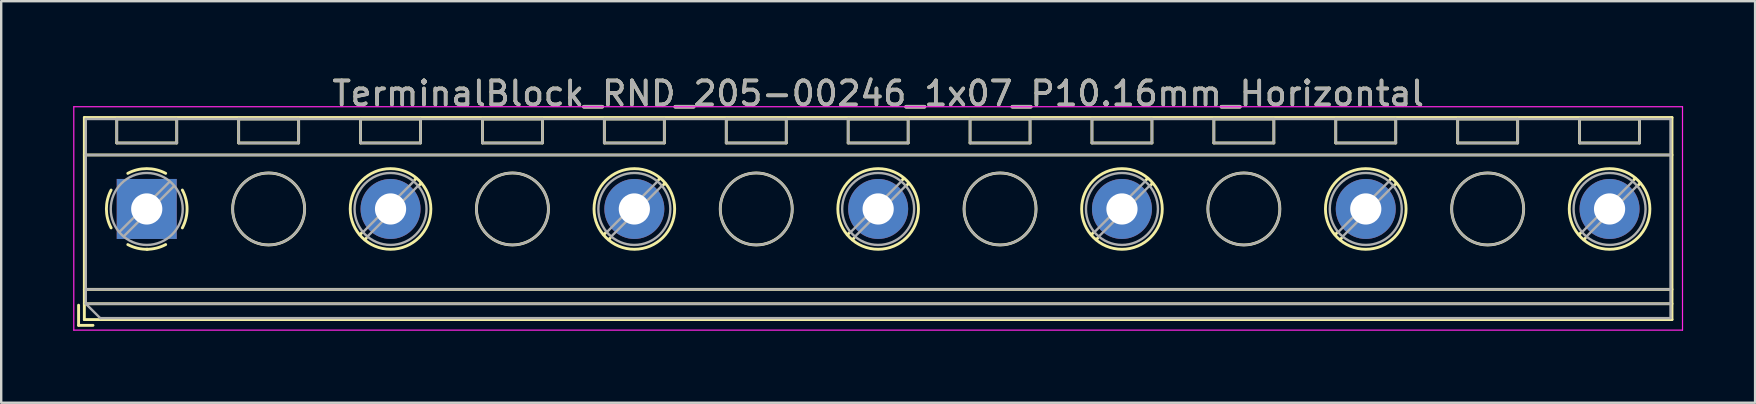
<source format=kicad_pcb>
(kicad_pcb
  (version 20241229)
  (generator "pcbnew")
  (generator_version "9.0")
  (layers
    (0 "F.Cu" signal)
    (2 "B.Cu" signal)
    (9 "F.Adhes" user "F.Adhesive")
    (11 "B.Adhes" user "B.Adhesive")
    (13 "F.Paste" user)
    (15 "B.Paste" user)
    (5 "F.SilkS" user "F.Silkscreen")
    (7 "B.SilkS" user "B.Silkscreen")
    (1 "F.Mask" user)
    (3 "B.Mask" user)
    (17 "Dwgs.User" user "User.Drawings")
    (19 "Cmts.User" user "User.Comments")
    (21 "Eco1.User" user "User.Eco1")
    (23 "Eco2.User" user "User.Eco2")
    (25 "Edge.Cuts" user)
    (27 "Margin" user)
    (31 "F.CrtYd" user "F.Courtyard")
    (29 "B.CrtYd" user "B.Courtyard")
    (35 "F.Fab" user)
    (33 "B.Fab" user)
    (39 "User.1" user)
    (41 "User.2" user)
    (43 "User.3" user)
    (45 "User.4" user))
  (footprint "TerminalBlock_RND_205-00246_1x07_P10.16mm_Horizontal"
    (layer "F.Cu")
    (at 3.065 5.658)
    (property "Reference" "TerminalBlock_RND_205-00246_1x07_P10.16mm_Horizontal" (at 30.48 -4.81 0) (layer "F.SilkS") (effects (font (size 1 1) (thickness 0.15))))
    (attr through_hole)
    (fp_line (start -2.84 4.01) (end -2.84 4.85) (stroke (width 0.12) (type solid)) (layer "F.SilkS"))
    (fp_line (start -2.84 4.85) (end -2.24 4.85) (stroke (width 0.12) (type solid)) (layer "F.SilkS"))
    (fp_line (start -2.6 -3.811) (end -2.6 4.61) (stroke (width 0.12) (type solid)) (layer "F.SilkS"))
    (fp_line (start -2.6 -3.811) (end 63.561 -3.811) (stroke (width 0.12) (type solid)) (layer "F.SilkS"))
    (fp_line (start -2.6 -2.251) (end 63.561 -2.251) (stroke (width 0.12) (type solid)) (layer "F.SilkS"))
    (fp_line (start -2.6 3.35) (end 63.561 3.35) (stroke (width 0.12) (type solid)) (layer "F.SilkS"))
    (fp_line (start -2.6 3.95) (end 63.561 3.95) (stroke (width 0.12) (type solid)) (layer "F.SilkS"))
    (fp_line (start -2.6 4.61) (end 63.561 4.61) (stroke (width 0.12) (type solid)) (layer "F.SilkS"))
    (fp_line (start -1.25 -3.751) (end -1.25 -2.751) (stroke (width 0.12) (type solid)) (layer "F.SilkS"))
    (fp_line (start -1.25 -3.751) (end 1.25 -3.751) (stroke (width 0.12) (type solid)) (layer "F.SilkS"))
    (fp_line (start -1.25 -2.751) (end 1.25 -2.751) (stroke (width 0.12) (type solid)) (layer "F.SilkS"))
    (fp_line (start 1.25 -3.751) (end 1.25 -2.751) (stroke (width 0.12) (type solid)) (layer "F.SilkS"))
    (fp_line (start 3.83 -3.751) (end 3.83 -2.751) (stroke (width 0.12) (type solid)) (layer "F.SilkS"))
    (fp_line (start 3.83 -3.751) (end 6.33 -3.751) (stroke (width 0.12) (type solid)) (layer "F.SilkS"))
    (fp_line (start 3.83 -2.751) (end 6.33 -2.751) (stroke (width 0.12) (type solid)) (layer "F.SilkS"))
    (fp_line (start 6.33 -3.751) (end 6.33 -2.751) (stroke (width 0.12) (type solid)) (layer "F.SilkS"))
    (fp_line (start 8.91 -3.751) (end 8.91 -2.751) (stroke (width 0.12) (type solid)) (layer "F.SilkS"))
    (fp_line (start 8.91 -3.751) (end 11.41 -3.751) (stroke (width 0.12) (type solid)) (layer "F.SilkS"))
    (fp_line (start 8.91 -2.751) (end 11.41 -2.751) (stroke (width 0.12) (type solid)) (layer "F.SilkS"))
    (fp_line (start 8.98 0.976) (end 8.886 1.069) (stroke (width 0.12) (type solid)) (layer "F.SilkS"))
    (fp_line (start 9.15 1.216) (end 9.091 1.274) (stroke (width 0.12) (type solid)) (layer "F.SilkS"))
    (fp_line (start 11.23 -1.275) (end 11.171 -1.216) (stroke (width 0.12) (type solid)) (layer "F.SilkS"))
    (fp_line (start 11.41 -3.751) (end 11.41 -2.751) (stroke (width 0.12) (type solid)) (layer "F.SilkS"))
    (fp_line (start 11.435 -1.069) (end 11.341 -0.976) (stroke (width 0.12) (type solid)) (layer "F.SilkS"))
    (fp_line (start 13.99 -3.751) (end 13.99 -2.751) (stroke (width 0.12) (type solid)) (layer "F.SilkS"))
    (fp_line (start 13.99 -3.751) (end 16.49 -3.751) (stroke (width 0.12) (type solid)) (layer "F.SilkS"))
    (fp_line (start 13.99 -2.751) (end 16.49 -2.751) (stroke (width 0.12) (type solid)) (layer "F.SilkS"))
    (fp_line (start 16.49 -3.751) (end 16.49 -2.751) (stroke (width 0.12) (type solid)) (layer "F.SilkS"))
    (fp_line (start 19.07 -3.751) (end 19.07 -2.751) (stroke (width 0.12) (type solid)) (layer "F.SilkS"))
    (fp_line (start 19.07 -3.751) (end 21.57 -3.751) (stroke (width 0.12) (type solid)) (layer "F.SilkS"))
    (fp_line (start 19.07 -2.751) (end 21.57 -2.751) (stroke (width 0.12) (type solid)) (layer "F.SilkS"))
    (fp_line (start 19.14 0.976) (end 19.046 1.069) (stroke (width 0.12) (type solid)) (layer "F.SilkS"))
    (fp_line (start 19.31 1.216) (end 19.251 1.274) (stroke (width 0.12) (type solid)) (layer "F.SilkS"))
    (fp_line (start 21.39 -1.275) (end 21.331 -1.216) (stroke (width 0.12) (type solid)) (layer "F.SilkS"))
    (fp_line (start 21.57 -3.751) (end 21.57 -2.751) (stroke (width 0.12) (type solid)) (layer "F.SilkS"))
    (fp_line (start 21.595 -1.069) (end 21.501 -0.976) (stroke (width 0.12) (type solid)) (layer "F.SilkS"))
    (fp_line (start 24.15 -3.751) (end 24.15 -2.751) (stroke (width 0.12) (type solid)) (layer "F.SilkS"))
    (fp_line (start 24.15 -3.751) (end 26.65 -3.751) (stroke (width 0.12) (type solid)) (layer "F.SilkS"))
    (fp_line (start 24.15 -2.751) (end 26.65 -2.751) (stroke (width 0.12) (type solid)) (layer "F.SilkS"))
    (fp_line (start 26.65 -3.751) (end 26.65 -2.751) (stroke (width 0.12) (type solid)) (layer "F.SilkS"))
    (fp_line (start 29.23 -3.751) (end 29.23 -2.751) (stroke (width 0.12) (type solid)) (layer "F.SilkS"))
    (fp_line (start 29.23 -3.751) (end 31.73 -3.751) (stroke (width 0.12) (type solid)) (layer "F.SilkS"))
    (fp_line (start 29.23 -2.751) (end 31.73 -2.751) (stroke (width 0.12) (type solid)) (layer "F.SilkS"))
    (fp_line (start 29.3 0.976) (end 29.206 1.069) (stroke (width 0.12) (type solid)) (layer "F.SilkS"))
    (fp_line (start 29.47 1.216) (end 29.411 1.274) (stroke (width 0.12) (type solid)) (layer "F.SilkS"))
    (fp_line (start 31.55 -1.275) (end 31.491 -1.216) (stroke (width 0.12) (type solid)) (layer "F.SilkS"))
    (fp_line (start 31.73 -3.751) (end 31.73 -2.751) (stroke (width 0.12) (type solid)) (layer "F.SilkS"))
    (fp_line (start 31.755 -1.069) (end 31.661 -0.976) (stroke (width 0.12) (type solid)) (layer "F.SilkS"))
    (fp_line (start 34.31 -3.751) (end 34.31 -2.751) (stroke (width 0.12) (type solid)) (layer "F.SilkS"))
    (fp_line (start 34.31 -3.751) (end 36.81 -3.751) (stroke (width 0.12) (type solid)) (layer "F.SilkS"))
    (fp_line (start 34.31 -2.751) (end 36.81 -2.751) (stroke (width 0.12) (type solid)) (layer "F.SilkS"))
    (fp_line (start 36.81 -3.751) (end 36.81 -2.751) (stroke (width 0.12) (type solid)) (layer "F.SilkS"))
    (fp_line (start 39.39 -3.751) (end 39.39 -2.751) (stroke (width 0.12) (type solid)) (layer "F.SilkS"))
    (fp_line (start 39.39 -3.751) (end 41.89 -3.751) (stroke (width 0.12) (type solid)) (layer "F.SilkS"))
    (fp_line (start 39.39 -2.751) (end 41.89 -2.751) (stroke (width 0.12) (type solid)) (layer "F.SilkS"))
    (fp_line (start 39.46 0.976) (end 39.366 1.069) (stroke (width 0.12) (type solid)) (layer "F.SilkS"))
    (fp_line (start 39.63 1.216) (end 39.571 1.274) (stroke (width 0.12) (type solid)) (layer "F.SilkS"))
    (fp_line (start 41.71 -1.275) (end 41.651 -1.216) (stroke (width 0.12) (type solid)) (layer "F.SilkS"))
    (fp_line (start 41.89 -3.751) (end 41.89 -2.751) (stroke (width 0.12) (type solid)) (layer "F.SilkS"))
    (fp_line (start 41.915 -1.069) (end 41.821 -0.976) (stroke (width 0.12) (type solid)) (layer "F.SilkS"))
    (fp_line (start 44.47 -3.751) (end 44.47 -2.751) (stroke (width 0.12) (type solid)) (layer "F.SilkS"))
    (fp_line (start 44.47 -3.751) (end 46.97 -3.751) (stroke (width 0.12) (type solid)) (layer "F.SilkS"))
    (fp_line (start 44.47 -2.751) (end 46.97 -2.751) (stroke (width 0.12) (type solid)) (layer "F.SilkS"))
    (fp_line (start 46.97 -3.751) (end 46.97 -2.751) (stroke (width 0.12) (type solid)) (layer "F.SilkS"))
    (fp_line (start 49.55 -3.751) (end 49.55 -2.751) (stroke (width 0.12) (type solid)) (layer "F.SilkS"))
    (fp_line (start 49.55 -3.751) (end 52.05 -3.751) (stroke (width 0.12) (type solid)) (layer "F.SilkS"))
    (fp_line (start 49.55 -2.751) (end 52.05 -2.751) (stroke (width 0.12) (type solid)) (layer "F.SilkS"))
    (fp_line (start 49.62 0.976) (end 49.526 1.069) (stroke (width 0.12) (type solid)) (layer "F.SilkS"))
    (fp_line (start 49.79 1.216) (end 49.731 1.274) (stroke (width 0.12) (type solid)) (layer "F.SilkS"))
    (fp_line (start 51.87 -1.275) (end 51.811 -1.216) (stroke (width 0.12) (type solid)) (layer "F.SilkS"))
    (fp_line (start 52.05 -3.751) (end 52.05 -2.751) (stroke (width 0.12) (type solid)) (layer "F.SilkS"))
    (fp_line (start 52.075 -1.069) (end 51.981 -0.976) (stroke (width 0.12) (type solid)) (layer "F.SilkS"))
    (fp_line (start 54.63 -3.751) (end 54.63 -2.751) (stroke (width 0.12) (type solid)) (layer "F.SilkS"))
    (fp_line (start 54.63 -3.751) (end 57.13 -3.751) (stroke (width 0.12) (type solid)) (layer "F.SilkS"))
    (fp_line (start 54.63 -2.751) (end 57.13 -2.751) (stroke (width 0.12) (type solid)) (layer "F.SilkS"))
    (fp_line (start 57.13 -3.751) (end 57.13 -2.751) (stroke (width 0.12) (type solid)) (layer "F.SilkS"))
    (fp_line (start 59.71 -3.751) (end 59.71 -2.751) (stroke (width 0.12) (type solid)) (layer "F.SilkS"))
    (fp_line (start 59.71 -3.751) (end 62.21 -3.751) (stroke (width 0.12) (type solid)) (layer "F.SilkS"))
    (fp_line (start 59.71 -2.751) (end 62.21 -2.751) (stroke (width 0.12) (type solid)) (layer "F.SilkS"))
    (fp_line (start 59.78 0.976) (end 59.686 1.069) (stroke (width 0.12) (type solid)) (layer "F.SilkS"))
    (fp_line (start 59.95 1.216) (end 59.891 1.274) (stroke (width 0.12) (type solid)) (layer "F.SilkS"))
    (fp_line (start 62.03 -1.275) (end 61.971 -1.216) (stroke (width 0.12) (type solid)) (layer "F.SilkS"))
    (fp_line (start 62.21 -3.751) (end 62.21 -2.751) (stroke (width 0.12) (type solid)) (layer "F.SilkS"))
    (fp_line (start 62.235 -1.069) (end 62.141 -0.976) (stroke (width 0.12) (type solid)) (layer "F.SilkS"))
    (fp_line (start 63.561 -3.811) (end 63.561 4.61) (stroke (width 0.12) (type solid)) (layer "F.SilkS"))
    (fp_arc (start -1.483953 0.789089) (mid -1.680708 0.00005) (end -1.484 -0.789) (stroke (width 0.12) (type solid)) (layer "F.SilkS"))
    (fp_arc (start -0.789089 -1.483953) (mid -0.00005 -1.680708) (end 0.789 -1.484) (stroke (width 0.12) (type solid)) (layer "F.SilkS"))
    (fp_arc (start 0.029383 1.68045) (mid -0.392304 1.634281) (end -0.789 1.484) (stroke (width 0.12) (type solid)) (layer "F.SilkS"))
    (fp_arc (start 0.788712 1.483352) (mid 0.406429 1.630097) (end 0 1.68) (stroke (width 0.12) (type solid)) (layer "F.SilkS"))
    (fp_arc (start 1.483953 -0.789089) (mid 1.680708 -0.00005) (end 1.484 0.789) (stroke (width 0.12) (type solid)) (layer "F.SilkS"))
    (fp_circle (center 5.08 0) (end 6.58 0) (stroke (width 0.12) (type solid)) (fill no) (layer "F.SilkS"))
    (fp_circle (center 10.16 0) (end 11.84 0) (stroke (width 0.12) (type solid)) (fill no) (layer "F.SilkS"))
    (fp_circle (center 15.24 0) (end 16.74 0) (stroke (width 0.12) (type solid)) (fill no) (layer "F.SilkS"))
    (fp_circle (center 20.32 0) (end 22 0) (stroke (width 0.12) (type solid)) (fill no) (layer "F.SilkS"))
    (fp_circle (center 25.4 0) (end 26.9 0) (stroke (width 0.12) (type solid)) (fill no) (layer "F.SilkS"))
    (fp_circle (center 30.48 0) (end 32.16 0) (stroke (width 0.12) (type solid)) (fill no) (layer "F.SilkS"))
    (fp_circle (center 35.56 0) (end 37.06 0) (stroke (width 0.12) (type solid)) (fill no) (layer "F.SilkS"))
    (fp_circle (center 40.64 0) (end 42.32 0) (stroke (width 0.12) (type solid)) (fill no) (layer "F.SilkS"))
    (fp_circle (center 45.72 0) (end 47.22 0) (stroke (width 0.12) (type solid)) (fill no) (layer "F.SilkS"))
    (fp_circle (center 50.8 0) (end 52.48 0) (stroke (width 0.12) (type solid)) (fill no) (layer "F.SilkS"))
    (fp_circle (center 55.88 0) (end 57.38 0) (stroke (width 0.12) (type solid)) (fill no) (layer "F.SilkS"))
    (fp_circle (center 60.96 0) (end 62.64 0) (stroke (width 0.12) (type solid)) (fill no) (layer "F.SilkS"))
    (fp_line (start -3.04 -4.26) (end -3.04 5.05) (stroke (width 0.05) (type solid)) (layer "F.CrtYd"))
    (fp_line (start -3.04 5.05) (end 64 5.05) (stroke (width 0.05) (type solid)) (layer "F.CrtYd"))
    (fp_line (start 64 -4.26) (end -3.04 -4.26) (stroke (width 0.05) (type solid)) (layer "F.CrtYd"))
    (fp_line (start 64 5.05) (end 64 -4.26) (stroke (width 0.05) (type solid)) (layer "F.CrtYd"))
    (fp_line (start -2.54 -3.75) (end 63.5 -3.75) (stroke (width 0.1) (type solid)) (layer "F.Fab"))
    (fp_line (start -2.54 -2.25) (end 63.5 -2.25) (stroke (width 0.1) (type solid)) (layer "F.Fab"))
    (fp_line (start -2.54 3.35) (end 63.5 3.35) (stroke (width 0.1) (type solid)) (layer "F.Fab"))
    (fp_line (start -2.54 3.95) (end -2.54 -3.75) (stroke (width 0.1) (type solid)) (layer "F.Fab"))
    (fp_line (start -2.54 3.95) (end 63.5 3.95) (stroke (width 0.1) (type solid)) (layer "F.Fab"))
    (fp_line (start -1.94 4.55) (end -2.54 3.95) (stroke (width 0.1) (type solid)) (layer "F.Fab"))
    (fp_line (start -1.25 -3.75) (end -1.25 -2.75) (stroke (width 0.1) (type solid)) (layer "F.Fab"))
    (fp_line (start -1.25 -2.75) (end 1.25 -2.75) (stroke (width 0.1) (type solid)) (layer "F.Fab"))
    (fp_line (start 0.955 -1.138) (end -1.138 0.955) (stroke (width 0.1) (type solid)) (layer "F.Fab"))
    (fp_line (start 1.138 -0.955) (end -0.955 1.138) (stroke (width 0.1) (type solid)) (layer "F.Fab"))
    (fp_line (start 1.25 -3.75) (end -1.25 -3.75) (stroke (width 0.1) (type solid)) (layer "F.Fab"))
    (fp_line (start 1.25 -2.75) (end 1.25 -3.75) (stroke (width 0.1) (type solid)) (layer "F.Fab"))
    (fp_line (start 3.83 -3.75) (end 3.83 -2.75) (stroke (width 0.1) (type solid)) (layer "F.Fab"))
    (fp_line (start 3.83 -2.75) (end 6.33 -2.75) (stroke (width 0.1) (type solid)) (layer "F.Fab"))
    (fp_line (start 6.33 -3.75) (end 3.83 -3.75) (stroke (width 0.1) (type solid)) (layer "F.Fab"))
    (fp_line (start 6.33 -2.75) (end 6.33 -3.75) (stroke (width 0.1) (type solid)) (layer "F.Fab"))
    (fp_line (start 8.91 -3.75) (end 8.91 -2.75) (stroke (width 0.1) (type solid)) (layer "F.Fab"))
    (fp_line (start 8.91 -2.75) (end 11.41 -2.75) (stroke (width 0.1) (type solid)) (layer "F.Fab"))
    (fp_line (start 11.115 -1.138) (end 9.023 0.955) (stroke (width 0.1) (type solid)) (layer "F.Fab"))
    (fp_line (start 11.298 -0.955) (end 9.206 1.138) (stroke (width 0.1) (type solid)) (layer "F.Fab"))
    (fp_line (start 11.41 -3.75) (end 8.91 -3.75) (stroke (width 0.1) (type solid)) (layer "F.Fab"))
    (fp_line (start 11.41 -2.75) (end 11.41 -3.75) (stroke (width 0.1) (type solid)) (layer "F.Fab"))
    (fp_line (start 13.99 -3.75) (end 13.99 -2.75) (stroke (width 0.1) (type solid)) (layer "F.Fab"))
    (fp_line (start 13.99 -2.75) (end 16.49 -2.75) (stroke (width 0.1) (type solid)) (layer "F.Fab"))
    (fp_line (start 16.49 -3.75) (end 13.99 -3.75) (stroke (width 0.1) (type solid)) (layer "F.Fab"))
    (fp_line (start 16.49 -2.75) (end 16.49 -3.75) (stroke (width 0.1) (type solid)) (layer "F.Fab"))
    (fp_line (start 19.07 -3.75) (end 19.07 -2.75) (stroke (width 0.1) (type solid)) (layer "F.Fab"))
    (fp_line (start 19.07 -2.75) (end 21.57 -2.75) (stroke (width 0.1) (type solid)) (layer "F.Fab"))
    (fp_line (start 21.275 -1.138) (end 19.183 0.955) (stroke (width 0.1) (type solid)) (layer "F.Fab"))
    (fp_line (start 21.458 -0.955) (end 19.366 1.138) (stroke (width 0.1) (type solid)) (layer "F.Fab"))
    (fp_line (start 21.57 -3.75) (end 19.07 -3.75) (stroke (width 0.1) (type solid)) (layer "F.Fab"))
    (fp_line (start 21.57 -2.75) (end 21.57 -3.75) (stroke (width 0.1) (type solid)) (layer "F.Fab"))
    (fp_line (start 24.15 -3.75) (end 24.15 -2.75) (stroke (width 0.1) (type solid)) (layer "F.Fab"))
    (fp_line (start 24.15 -2.75) (end 26.65 -2.75) (stroke (width 0.1) (type solid)) (layer "F.Fab"))
    (fp_line (start 26.65 -3.75) (end 24.15 -3.75) (stroke (width 0.1) (type solid)) (layer "F.Fab"))
    (fp_line (start 26.65 -2.75) (end 26.65 -3.75) (stroke (width 0.1) (type solid)) (layer "F.Fab"))
    (fp_line (start 29.23 -3.75) (end 29.23 -2.75) (stroke (width 0.1) (type solid)) (layer "F.Fab"))
    (fp_line (start 29.23 -2.75) (end 31.73 -2.75) (stroke (width 0.1) (type solid)) (layer "F.Fab"))
    (fp_line (start 31.435 -1.138) (end 29.343 0.955) (stroke (width 0.1) (type solid)) (layer "F.Fab"))
    (fp_line (start 31.618 -0.955) (end 29.526 1.138) (stroke (width 0.1) (type solid)) (layer "F.Fab"))
    (fp_line (start 31.73 -3.75) (end 29.23 -3.75) (stroke (width 0.1) (type solid)) (layer "F.Fab"))
    (fp_line (start 31.73 -2.75) (end 31.73 -3.75) (stroke (width 0.1) (type solid)) (layer "F.Fab"))
    (fp_line (start 34.31 -3.75) (end 34.31 -2.75) (stroke (width 0.1) (type solid)) (layer "F.Fab"))
    (fp_line (start 34.31 -2.75) (end 36.81 -2.75) (stroke (width 0.1) (type solid)) (layer "F.Fab"))
    (fp_line (start 36.81 -3.75) (end 34.31 -3.75) (stroke (width 0.1) (type solid)) (layer "F.Fab"))
    (fp_line (start 36.81 -2.75) (end 36.81 -3.75) (stroke (width 0.1) (type solid)) (layer "F.Fab"))
    (fp_line (start 39.39 -3.75) (end 39.39 -2.75) (stroke (width 0.1) (type solid)) (layer "F.Fab"))
    (fp_line (start 39.39 -2.75) (end 41.89 -2.75) (stroke (width 0.1) (type solid)) (layer "F.Fab"))
    (fp_line (start 41.595 -1.138) (end 39.503 0.955) (stroke (width 0.1) (type solid)) (layer "F.Fab"))
    (fp_line (start 41.778 -0.955) (end 39.686 1.138) (stroke (width 0.1) (type solid)) (layer "F.Fab"))
    (fp_line (start 41.89 -3.75) (end 39.39 -3.75) (stroke (width 0.1) (type solid)) (layer "F.Fab"))
    (fp_line (start 41.89 -2.75) (end 41.89 -3.75) (stroke (width 0.1) (type solid)) (layer "F.Fab"))
    (fp_line (start 44.47 -3.75) (end 44.47 -2.75) (stroke (width 0.1) (type solid)) (layer "F.Fab"))
    (fp_line (start 44.47 -2.75) (end 46.97 -2.75) (stroke (width 0.1) (type solid)) (layer "F.Fab"))
    (fp_line (start 46.97 -3.75) (end 44.47 -3.75) (stroke (width 0.1) (type solid)) (layer "F.Fab"))
    (fp_line (start 46.97 -2.75) (end 46.97 -3.75) (stroke (width 0.1) (type solid)) (layer "F.Fab"))
    (fp_line (start 49.55 -3.75) (end 49.55 -2.75) (stroke (width 0.1) (type solid)) (layer "F.Fab"))
    (fp_line (start 49.55 -2.75) (end 52.05 -2.75) (stroke (width 0.1) (type solid)) (layer "F.Fab"))
    (fp_line (start 51.755 -1.138) (end 49.663 0.955) (stroke (width 0.1) (type solid)) (layer "F.Fab"))
    (fp_line (start 51.938 -0.955) (end 49.846 1.138) (stroke (width 0.1) (type solid)) (layer "F.Fab"))
    (fp_line (start 52.05 -3.75) (end 49.55 -3.75) (stroke (width 0.1) (type solid)) (layer "F.Fab"))
    (fp_line (start 52.05 -2.75) (end 52.05 -3.75) (stroke (width 0.1) (type solid)) (layer "F.Fab"))
    (fp_line (start 54.63 -3.75) (end 54.63 -2.75) (stroke (width 0.1) (type solid)) (layer "F.Fab"))
    (fp_line (start 54.63 -2.75) (end 57.13 -2.75) (stroke (width 0.1) (type solid)) (layer "F.Fab"))
    (fp_line (start 57.13 -3.75) (end 54.63 -3.75) (stroke (width 0.1) (type solid)) (layer "F.Fab"))
    (fp_line (start 57.13 -2.75) (end 57.13 -3.75) (stroke (width 0.1) (type solid)) (layer "F.Fab"))
    (fp_line (start 59.71 -3.75) (end 59.71 -2.75) (stroke (width 0.1) (type solid)) (layer "F.Fab"))
    (fp_line (start 59.71 -2.75) (end 62.21 -2.75) (stroke (width 0.1) (type solid)) (layer "F.Fab"))
    (fp_line (start 61.915 -1.138) (end 59.823 0.955) (stroke (width 0.1) (type solid)) (layer "F.Fab"))
    (fp_line (start 62.098 -0.955) (end 60.006 1.138) (stroke (width 0.1) (type solid)) (layer "F.Fab"))
    (fp_line (start 62.21 -3.75) (end 59.71 -3.75) (stroke (width 0.1) (type solid)) (layer "F.Fab"))
    (fp_line (start 62.21 -2.75) (end 62.21 -3.75) (stroke (width 0.1) (type solid)) (layer "F.Fab"))
    (fp_line (start 63.5 -3.75) (end 63.5 4.55) (stroke (width 0.1) (type solid)) (layer "F.Fab"))
    (fp_line (start 63.5 4.55) (end -1.94 4.55) (stroke (width 0.1) (type solid)) (layer "F.Fab"))
    (fp_circle (center 0 0) (end 1.5 0) (stroke (width 0.1) (type solid)) (fill no) (layer "F.Fab"))
    (fp_circle (center 5.08 0) (end 6.58 0) (stroke (width 0.1) (type solid)) (fill no) (layer "F.Fab"))
    (fp_circle (center 10.16 0) (end 11.66 0) (stroke (width 0.1) (type solid)) (fill no) (layer "F.Fab"))
    (fp_circle (center 15.24 0) (end 16.74 0) (stroke (width 0.1) (type solid)) (fill no) (layer "F.Fab"))
    (fp_circle (center 20.32 0) (end 21.82 0) (stroke (width 0.1) (type solid)) (fill no) (layer "F.Fab"))
    (fp_circle (center 25.4 0) (end 26.9 0) (stroke (width 0.1) (type solid)) (fill no) (layer "F.Fab"))
    (fp_circle (center 30.48 0) (end 31.98 0) (stroke (width 0.1) (type solid)) (fill no) (layer "F.Fab"))
    (fp_circle (center 35.56 0) (end 37.06 0) (stroke (width 0.1) (type solid)) (fill no) (layer "F.Fab"))
    (fp_circle (center 40.64 0) (end 42.14 0) (stroke (width 0.1) (type solid)) (fill no) (layer "F.Fab"))
    (fp_circle (center 45.72 0) (end 47.22 0) (stroke (width 0.1) (type solid)) (fill no) (layer "F.Fab"))
    (fp_circle (center 50.8 0) (end 52.3 0) (stroke (width 0.1) (type solid)) (fill no) (layer "F.Fab"))
    (fp_circle (center 55.88 0) (end 57.38 0) (stroke (width 0.1) (type solid)) (fill no) (layer "F.Fab"))
    (fp_circle (center 60.96 0) (end 62.46 0) (stroke (width 0.1) (type solid)) (fill no) (layer "F.Fab"))
    (fp_text user "${REFERENCE}" (at 30.48 -4.81 0) (layer "F.Fab") (effects (font (size 1 1) (thickness 0.15))))
    (pad "1" thru_hole rect (at 0 0) (size 2.5 2.5) (drill 1.3) (layers "*.Cu" "*.Mask"))
    (pad "2" thru_hole circle (at 10.16 0) (size 2.5 2.5) (drill 1.3) (layers "*.Cu" "*.Mask"))
    (pad "3" thru_hole circle (at 20.32 0) (size 2.5 2.5) (drill 1.3) (layers "*.Cu" "*.Mask"))
    (pad "4" thru_hole circle (at 30.48 0) (size 2.5 2.5) (drill 1.3) (layers "*.Cu" "*.Mask"))
    (pad "5" thru_hole circle (at 40.64 0) (size 2.5 2.5) (drill 1.3) (layers "*.Cu" "*.Mask"))
    (pad "6" thru_hole circle (at 50.8 0) (size 2.5 2.5) (drill 1.3) (layers "*.Cu" "*.Mask"))
    (pad "7" thru_hole circle (at 60.96 0) (size 2.5 2.5) (drill 1.3) (layers "*.Cu" "*.Mask")))
  (gr_rect
    (start -3 -3)
    (end 70.09 13.733)
    (stroke (width 0.1) (type default))
    (fill no)
    (layer "Edge.Cuts")))
</source>
